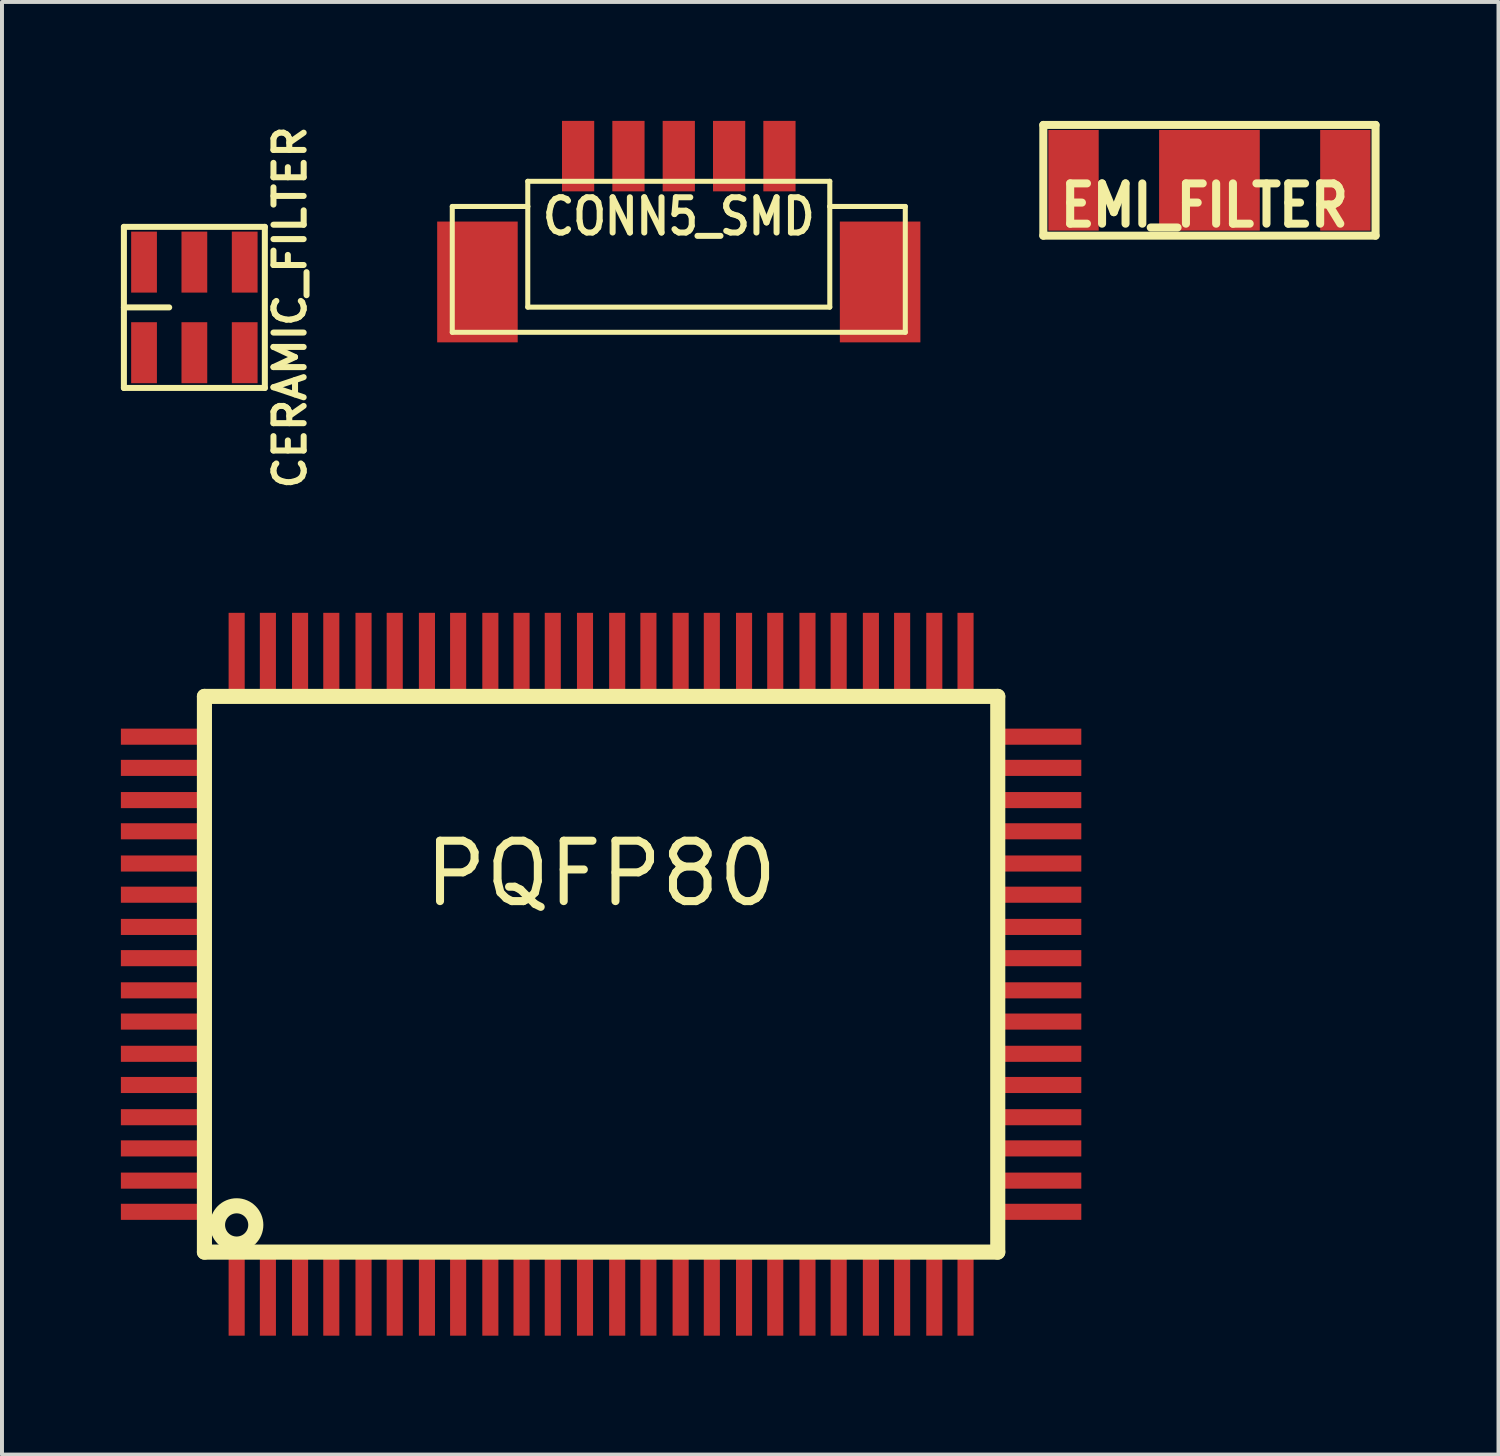
<source format=kicad_pcb>
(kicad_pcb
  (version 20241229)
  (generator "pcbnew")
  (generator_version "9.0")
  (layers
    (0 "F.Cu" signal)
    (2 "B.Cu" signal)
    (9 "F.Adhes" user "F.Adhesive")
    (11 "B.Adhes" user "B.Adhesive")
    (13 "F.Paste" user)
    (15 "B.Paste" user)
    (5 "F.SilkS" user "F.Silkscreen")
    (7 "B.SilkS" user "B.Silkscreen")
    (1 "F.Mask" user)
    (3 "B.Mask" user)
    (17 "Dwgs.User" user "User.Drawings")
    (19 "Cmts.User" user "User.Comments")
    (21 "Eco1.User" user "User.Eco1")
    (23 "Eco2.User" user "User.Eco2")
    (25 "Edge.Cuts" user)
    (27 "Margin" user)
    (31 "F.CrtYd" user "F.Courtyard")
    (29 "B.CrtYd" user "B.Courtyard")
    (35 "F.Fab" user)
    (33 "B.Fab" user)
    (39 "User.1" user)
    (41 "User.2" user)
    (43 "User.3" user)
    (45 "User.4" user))
  (footprint "CERAMIC_FILTER"
    (layer "F.Cu")
    (at 1.854 4.706)
    (property "Reference" "CERAMIC_FILTER" (at 2.413 0 90) (layer "F.SilkS") (effects (font (size 0.762 0.762) (thickness 0.152))))
    (attr through_hole)
    (fp_line (start -1.778 -2.032) (end 1.778 -2.032) (stroke (width 0.152) (type solid)) (layer "F.SilkS"))
    (fp_line (start -1.778 0) (end -0.635 0) (stroke (width 0.152) (type solid)) (layer "F.SilkS"))
    (fp_line (start -1.778 2.032) (end -1.778 -2.032) (stroke (width 0.152) (type solid)) (layer "F.SilkS"))
    (fp_line (start 1.778 -2.032) (end 1.778 2.032) (stroke (width 0.152) (type solid)) (layer "F.SilkS"))
    (fp_line (start 1.778 2.032) (end -1.778 2.032) (stroke (width 0.152) (type solid)) (layer "F.SilkS"))
    (pad "1" smd rect (at -1.27 1.143) (size 0.65 1.539) (layers "F.Cu" "F.Mask" "F.Paste"))
    (pad "2" smd rect (at 0 1.143) (size 0.65 1.539) (layers "F.Cu" "F.Mask" "F.Paste"))
    (pad "3" smd rect (at 1.27 1.143) (size 0.65 1.539) (layers "F.Cu" "F.Mask" "F.Paste"))
    (pad "4" smd rect (at 1.27 -1.143) (size 0.65 1.539) (layers "F.Cu" "F.Mask" "F.Paste"))
    (pad "5" smd rect (at 0 -1.143) (size 0.65 1.539) (layers "F.Cu" "F.Mask" "F.Paste"))
    (pad "6" smd rect (at -1.27 -1.143) (size 0.65 1.539) (layers "F.Cu" "F.Mask" "F.Paste")))
  (footprint "CONN5_SMD"
    (layer "F.Cu")
    (at 14.076 0.889)
    (property "Reference" "CONN5_SMD" (at 0 1.524 0) (layer "F.SilkS") (effects (font (size 0.889 0.762) (thickness 0.152))))
    (attr smd)
    (fp_line (start -5.715 1.27) (end -3.81 1.27) (stroke (width 0.127) (type solid)) (layer "F.SilkS"))
    (fp_line (start -5.715 4.445) (end -5.715 1.27) (stroke (width 0.127) (type solid)) (layer "F.SilkS"))
    (fp_line (start -3.81 0.635) (end 3.81 0.635) (stroke (width 0.127) (type solid)) (layer "F.SilkS"))
    (fp_line (start -3.81 1.27) (end -3.81 0.635) (stroke (width 0.127) (type solid)) (layer "F.SilkS"))
    (fp_line (start -3.81 3.81) (end -3.81 1.27) (stroke (width 0.127) (type solid)) (layer "F.SilkS"))
    (fp_line (start 3.81 0.635) (end 3.81 1.27) (stroke (width 0.127) (type solid)) (layer "F.SilkS"))
    (fp_line (start 3.81 1.27) (end 3.81 3.81) (stroke (width 0.127) (type solid)) (layer "F.SilkS"))
    (fp_line (start 3.81 1.27) (end 5.715 1.27) (stroke (width 0.127) (type solid)) (layer "F.SilkS"))
    (fp_line (start 3.81 3.81) (end -3.81 3.81) (stroke (width 0.127) (type solid)) (layer "F.SilkS"))
    (fp_line (start 5.715 4.445) (end -5.715 4.445) (stroke (width 0.127) (type solid)) (layer "F.SilkS"))
    (fp_line (start 5.715 4.445) (end 5.715 1.27) (stroke (width 0.127) (type solid)) (layer "F.SilkS"))
    (pad "" smd rect (at -5.08 3.175) (size 2.032 3.048) (layers "F.Cu" "F.Mask" "F.Paste"))
    (pad "" smd rect (at 5.08 3.175) (size 2.032 3.048) (layers "F.Cu" "F.Mask" "F.Paste"))
    (pad "1" smd rect (at -2.54 0) (size 0.813 1.778) (layers "F.Cu" "F.Mask" "F.Paste"))
    (pad "2" smd rect (at -1.27 0) (size 0.813 1.778) (layers "F.Cu" "F.Mask" "F.Paste"))
    (pad "3" smd rect (at 0 0) (size 0.813 1.778) (layers "F.Cu" "F.Mask" "F.Paste"))
    (pad "4" smd rect (at 1.27 0) (size 0.813 1.778) (layers "F.Cu" "F.Mask" "F.Paste"))
    (pad "5" smd rect (at 2.54 0) (size 0.813 1.778) (layers "F.Cu" "F.Mask" "F.Paste")))
  (footprint "PQFP80"
    (layer "F.Cu")
    (at 12.116 21.531)
    (property "Reference" "PQFP80" (at 0 -2.54 0) (layer "F.SilkS") (effects (font (size 1.524 1.524) (thickness 0.203))))
    (attr smd)
    (fp_line (start -10.008 -7.01) (end -10.008 7.01) (stroke (width 0.381) (type solid)) (layer "F.SilkS"))
    (fp_line (start -10.008 7.01) (end 10.008 7.01) (stroke (width 0.381) (type solid)) (layer "F.SilkS"))
    (fp_line (start 10.008 -7.01) (end -10.008 -7.01) (stroke (width 0.381) (type solid)) (layer "F.SilkS"))
    (fp_line (start 10.008 7.01) (end 10.008 -7.01) (stroke (width 0.381) (type solid)) (layer "F.SilkS"))
    (fp_circle (center -9.195 6.325) (end -9.195 5.842) (stroke (width 0.381) (type solid)) (fill no) (layer "F.SilkS"))
    (pad "1" smd rect (at -9.195 8.103) (size 0.406 2.032) (layers "F.Cu" "F.Mask" "F.Paste"))
    (pad "2" smd rect (at -8.407 8.103) (size 0.406 2.032) (layers "F.Cu" "F.Mask" "F.Paste"))
    (pad "3" smd rect (at -7.595 8.103) (size 0.406 2.032) (layers "F.Cu" "F.Mask" "F.Paste"))
    (pad "4" smd rect (at -6.807 8.103) (size 0.406 2.032) (layers "F.Cu" "F.Mask" "F.Paste"))
    (pad "5" smd rect (at -5.994 8.103) (size 0.406 2.032) (layers "F.Cu" "F.Mask" "F.Paste"))
    (pad "6" smd rect (at -5.207 8.103) (size 0.406 2.032) (layers "F.Cu" "F.Mask" "F.Paste"))
    (pad "7" smd rect (at -4.394 8.103) (size 0.406 2.032) (layers "F.Cu" "F.Mask" "F.Paste"))
    (pad "8" smd rect (at -3.607 8.103) (size 0.406 2.032) (layers "F.Cu" "F.Mask" "F.Paste"))
    (pad "9" smd rect (at -2.794 8.103) (size 0.406 2.032) (layers "F.Cu" "F.Mask" "F.Paste"))
    (pad "10" smd rect (at -2.007 8.103) (size 0.406 2.032) (layers "F.Cu" "F.Mask" "F.Paste"))
    (pad "11" smd rect (at -1.219 8.103) (size 0.406 2.032) (layers "F.Cu" "F.Mask" "F.Paste"))
    (pad "12" smd rect (at -0.406 8.103) (size 0.406 2.032) (layers "F.Cu" "F.Mask" "F.Paste"))
    (pad "13" smd rect (at 0.406 8.103) (size 0.406 2.032) (layers "F.Cu" "F.Mask" "F.Paste"))
    (pad "14" smd rect (at 1.194 8.103) (size 0.406 2.032) (layers "F.Cu" "F.Mask" "F.Paste"))
    (pad "15" smd rect (at 2.007 8.103) (size 0.406 2.032) (layers "F.Cu" "F.Mask" "F.Paste"))
    (pad "16" smd rect (at 2.794 8.103) (size 0.406 2.032) (layers "F.Cu" "F.Mask" "F.Paste"))
    (pad "17" smd rect (at 3.607 8.103) (size 0.406 2.032) (layers "F.Cu" "F.Mask" "F.Paste"))
    (pad "18" smd rect (at 4.394 8.103) (size 0.406 2.032) (layers "F.Cu" "F.Mask" "F.Paste"))
    (pad "19" smd rect (at 5.207 8.103) (size 0.406 2.032) (layers "F.Cu" "F.Mask" "F.Paste"))
    (pad "20" smd rect (at 5.994 8.103) (size 0.406 2.032) (layers "F.Cu" "F.Mask" "F.Paste"))
    (pad "21" smd rect (at 6.807 8.103) (size 0.406 2.032) (layers "F.Cu" "F.Mask" "F.Paste"))
    (pad "22" smd rect (at 7.595 8.103) (size 0.406 2.032) (layers "F.Cu" "F.Mask" "F.Paste"))
    (pad "23" smd rect (at 8.407 8.103) (size 0.406 2.032) (layers "F.Cu" "F.Mask" "F.Paste"))
    (pad "24" smd rect (at 9.195 8.103) (size 0.406 2.032) (layers "F.Cu" "F.Mask" "F.Paste"))
    (pad "25" smd rect (at 11.1 5.994) (size 2.032 0.406) (layers "F.Cu" "F.Mask" "F.Paste"))
    (pad "26" smd rect (at 11.1 5.207) (size 2.032 0.406) (layers "F.Cu" "F.Mask" "F.Paste"))
    (pad "27" smd rect (at 11.1 4.394) (size 2.032 0.406) (layers "F.Cu" "F.Mask" "F.Paste"))
    (pad "28" smd rect (at 11.1 3.607) (size 2.032 0.406) (layers "F.Cu" "F.Mask" "F.Paste"))
    (pad "29" smd rect (at 11.1 2.794) (size 2.032 0.406) (layers "F.Cu" "F.Mask" "F.Paste"))
    (pad "30" smd rect (at 11.1 2.007) (size 2.032 0.406) (layers "F.Cu" "F.Mask" "F.Paste"))
    (pad "31" smd rect (at 11.1 1.194) (size 2.032 0.406) (layers "F.Cu" "F.Mask" "F.Paste"))
    (pad "32" smd rect (at 11.1 0.406) (size 2.032 0.406) (layers "F.Cu" "F.Mask" "F.Paste"))
    (pad "33" smd rect (at 11.1 -0.406) (size 2.032 0.406) (layers "F.Cu" "F.Mask" "F.Paste"))
    (pad "34" smd rect (at 11.1 -1.194) (size 2.032 0.406) (layers "F.Cu" "F.Mask" "F.Paste"))
    (pad "35" smd rect (at 11.1 -2.007) (size 2.032 0.406) (layers "F.Cu" "F.Mask" "F.Paste"))
    (pad "36" smd rect (at 11.1 -2.794) (size 2.032 0.406) (layers "F.Cu" "F.Mask" "F.Paste"))
    (pad "37" smd rect (at 11.1 -3.607) (size 2.032 0.406) (layers "F.Cu" "F.Mask" "F.Paste"))
    (pad "38" smd rect (at 11.1 -4.394) (size 2.032 0.406) (layers "F.Cu" "F.Mask" "F.Paste"))
    (pad "39" smd rect (at 11.1 -5.207) (size 2.032 0.406) (layers "F.Cu" "F.Mask" "F.Paste"))
    (pad "40" smd rect (at 11.1 -5.994) (size 2.032 0.406) (layers "F.Cu" "F.Mask" "F.Paste"))
    (pad "41" smd rect (at 9.195 -8.103) (size 0.406 2.032) (layers "F.Cu" "F.Mask" "F.Paste"))
    (pad "42" smd rect (at 8.407 -8.103) (size 0.406 2.032) (layers "F.Cu" "F.Mask" "F.Paste"))
    (pad "43" smd rect (at 7.595 -8.103) (size 0.406 2.032) (layers "F.Cu" "F.Mask" "F.Paste"))
    (pad "44" smd rect (at 6.807 -8.103) (size 0.406 2.032) (layers "F.Cu" "F.Mask" "F.Paste"))
    (pad "45" smd rect (at 5.994 -8.103) (size 0.406 2.032) (layers "F.Cu" "F.Mask" "F.Paste"))
    (pad "46" smd rect (at 5.207 -8.103) (size 0.406 2.032) (layers "F.Cu" "F.Mask" "F.Paste"))
    (pad "47" smd rect (at 4.394 -8.103) (size 0.406 2.032) (layers "F.Cu" "F.Mask" "F.Paste"))
    (pad "48" smd rect (at 3.607 -8.103) (size 0.406 2.032) (layers "F.Cu" "F.Mask" "F.Paste"))
    (pad "49" smd rect (at 2.794 -8.103) (size 0.406 2.032) (layers "F.Cu" "F.Mask" "F.Paste"))
    (pad "50" smd rect (at 2.007 -8.103) (size 0.406 2.032) (layers "F.Cu" "F.Mask" "F.Paste"))
    (pad "51" smd rect (at 1.194 -8.103) (size 0.406 2.032) (layers "F.Cu" "F.Mask" "F.Paste"))
    (pad "52" smd rect (at 0.406 -8.103) (size 0.406 2.032) (layers "F.Cu" "F.Mask" "F.Paste"))
    (pad "53" smd rect (at -0.406 -8.103) (size 0.406 2.032) (layers "F.Cu" "F.Mask" "F.Paste"))
    (pad "54" smd rect (at -1.219 -8.103) (size 0.406 2.032) (layers "F.Cu" "F.Mask" "F.Paste"))
    (pad "55" smd rect (at -2.007 -8.103) (size 0.406 2.032) (layers "F.Cu" "F.Mask" "F.Paste"))
    (pad "56" smd rect (at -2.794 -8.103) (size 0.406 2.032) (layers "F.Cu" "F.Mask" "F.Paste"))
    (pad "57" smd rect (at -3.607 -8.103) (size 0.406 2.032) (layers "F.Cu" "F.Mask" "F.Paste"))
    (pad "58" smd rect (at -4.394 -8.103) (size 0.406 2.032) (layers "F.Cu" "F.Mask" "F.Paste"))
    (pad "59" smd rect (at -5.207 -8.103) (size 0.406 2.032) (layers "F.Cu" "F.Mask" "F.Paste"))
    (pad "60" smd rect (at -5.994 -8.103) (size 0.406 2.032) (layers "F.Cu" "F.Mask" "F.Paste"))
    (pad "61" smd rect (at -6.807 -8.103) (size 0.406 2.032) (layers "F.Cu" "F.Mask" "F.Paste"))
    (pad "62" smd rect (at -7.595 -8.103) (size 0.406 2.032) (layers "F.Cu" "F.Mask" "F.Paste"))
    (pad "63" smd rect (at -8.407 -8.103) (size 0.406 2.032) (layers "F.Cu" "F.Mask" "F.Paste"))
    (pad "64" smd rect (at -9.195 -8.103) (size 0.406 2.032) (layers "F.Cu" "F.Mask" "F.Paste"))
    (pad "65" smd rect (at -11.1 -5.994) (size 2.032 0.406) (layers "F.Cu" "F.Mask" "F.Paste"))
    (pad "66" smd rect (at -11.1 -5.207) (size 2.032 0.406) (layers "F.Cu" "F.Mask" "F.Paste"))
    (pad "67" smd rect (at -11.1 -4.394) (size 2.032 0.406) (layers "F.Cu" "F.Mask" "F.Paste"))
    (pad "68" smd rect (at -11.1 -3.607) (size 2.032 0.406) (layers "F.Cu" "F.Mask" "F.Paste"))
    (pad "69" smd rect (at -11.1 -2.794) (size 2.032 0.406) (layers "F.Cu" "F.Mask" "F.Paste"))
    (pad "70" smd rect (at -11.1 -2.007) (size 2.032 0.406) (layers "F.Cu" "F.Mask" "F.Paste"))
    (pad "71" smd rect (at -11.1 -1.194) (size 2.032 0.406) (layers "F.Cu" "F.Mask" "F.Paste"))
    (pad "72" smd rect (at -11.1 -0.406) (size 2.032 0.406) (layers "F.Cu" "F.Mask" "F.Paste"))
    (pad "73" smd rect (at -11.1 0.406) (size 2.032 0.406) (layers "F.Cu" "F.Mask" "F.Paste"))
    (pad "74" smd rect (at -11.1 1.194) (size 2.032 0.406) (layers "F.Cu" "F.Mask" "F.Paste"))
    (pad "75" smd rect (at -11.1 2.007) (size 2.032 0.406) (layers "F.Cu" "F.Mask" "F.Paste"))
    (pad "76" smd rect (at -11.1 2.794) (size 2.032 0.406) (layers "F.Cu" "F.Mask" "F.Paste"))
    (pad "77" smd rect (at -11.1 3.607) (size 2.032 0.406) (layers "F.Cu" "F.Mask" "F.Paste"))
    (pad "78" smd rect (at -11.1 4.394) (size 2.032 0.406) (layers "F.Cu" "F.Mask" "F.Paste"))
    (pad "79" smd rect (at -11.1 5.207) (size 2.032 0.406) (layers "F.Cu" "F.Mask" "F.Paste"))
    (pad "80" smd rect (at -11.1 5.994) (size 2.032 0.406) (layers "F.Cu" "F.Mask" "F.Paste")))
  (footprint "EMI_FILTER"
    (layer "F.Cu")
    (at 27.465 1.499)
    (property "Reference" "EMI_FILTER" (at -0.127 0.635 0) (layer "F.SilkS") (effects (font (size 1.016 0.889) (thickness 0.203))))
    (attr through_hole)
    (fp_line (start -4.191 -1.397) (end -4.191 1.397) (stroke (width 0.203) (type solid)) (layer "F.SilkS"))
    (fp_line (start -4.191 1.397) (end 4.191 1.397) (stroke (width 0.203) (type solid)) (layer "F.SilkS"))
    (fp_line (start 4.191 -1.397) (end -4.191 -1.397) (stroke (width 0.203) (type solid)) (layer "F.SilkS"))
    (fp_line (start 4.191 1.397) (end 4.191 -1.397) (stroke (width 0.203) (type solid)) (layer "F.SilkS"))
    (pad "GND" smd rect (at 0 0) (size 2.54 2.54) (layers "F.Cu" "F.Mask" "F.Paste"))
    (pad "VI" smd rect (at -3.429 0) (size 1.27 2.54) (layers "F.Cu" "F.Mask" "F.Paste"))
    (pad "VO" smd rect (at 3.429 0) (size 1.27 2.54) (layers "F.Cu" "F.Mask" "F.Paste")))
  (gr_rect
    (start -3 -3)
    (end 34.758 33.65)
    (stroke (width 0.1) (type default))
    (fill no)
    (layer "Edge.Cuts")))
</source>
